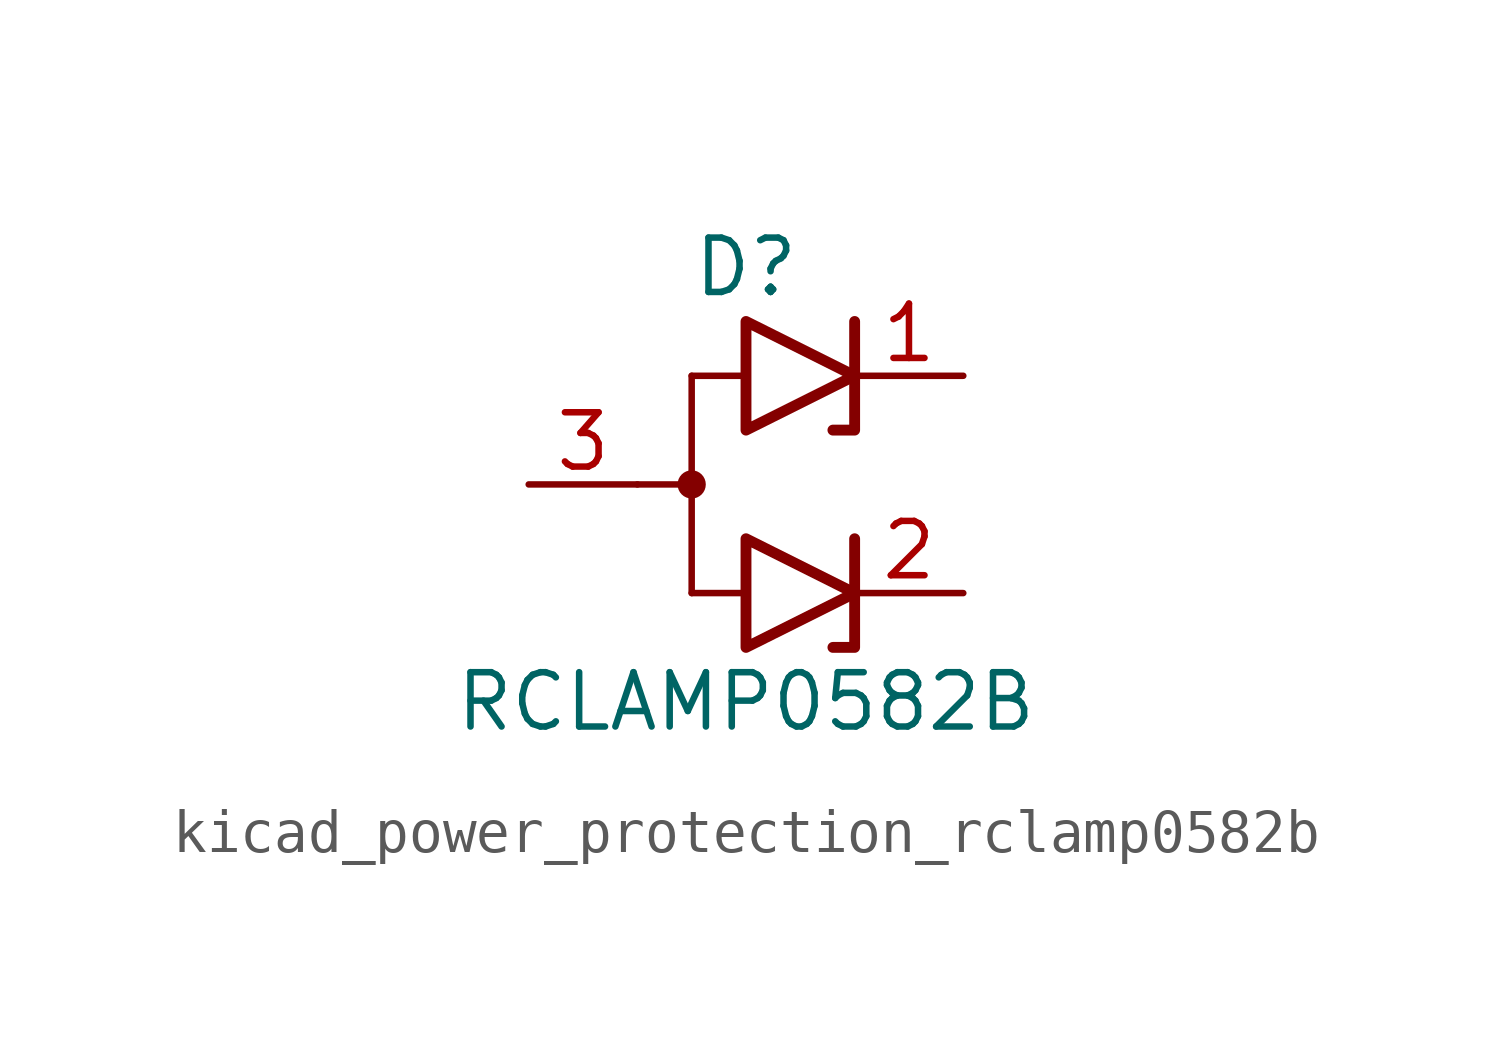
<source format=kicad_sym>
(kicad_symbol_lib
  (version 20220914)
  (generator kicad_symbol_editor)
  (symbol "kicad_power_protection_rclamp0582b"
    (pin_names hide)
    (property "Reference" "D"
      (at 0 5.08 0)
      (effects (font (size 1.27 1.27))))
    (property "Value" "RCLAMP0582B"
      (at 0 -5.08 0)
      (effects (font (size 1.27 1.27))))
    (symbol "kicad_power_protection_rclamp0582b_0_1"
      (polyline (pts (xy -2.54 0) (xy -1.27 0)) (stroke (width 0) (type default)) (fill (type none)))
      (polyline (pts (xy -1.27 2.54) (xy -1.27 -2.54)) (stroke (width 0) (type default)) (fill (type none)))
      (polyline (pts (xy 0 2.54) (xy -1.27 2.54)) (stroke (width 0.152) (type default)) (fill (type none)))
      (polyline (pts (xy 2.54 3.81) (xy 2.54 1.27) (xy 2.032 1.27)) (stroke (width 0.254) (type default)) (fill (type none)))
      (polyline (pts (xy 0 1.27) (xy 0 3.81) (xy 2.54 2.54) (xy 0 1.27)) (stroke (width 0.254) (type default)) (fill (type none)))
      (pin passive line (at -5.08 0 0) (length 2.54) (name "A" (effects (font (size 1.27 1.27)))) (number "3" (effects (font (size 1.27 1.27))))))
    (symbol "kicad_power_protection_rclamp0582b_1_1"
      (circle (center -1.27 0) (radius 0.254) (stroke (width 0) (type default)) (fill (type outline)))
      (polyline (pts (xy 0 -2.54) (xy -1.27 -2.54)) (stroke (width 0.152) (type default)) (fill (type none)))
      (polyline (pts (xy 2.54 -1.27) (xy 2.54 -3.81) (xy 2.032 -3.81)) (stroke (width 0.254) (type default)) (fill (type none)))
      (polyline (pts (xy 0 -3.81) (xy 0 -1.27) (xy 2.54 -2.54) (xy 0 -3.81)) (stroke (width 0.254) (type default)) (fill (type none)))
      (pin passive line (at 5.08 2.54 180) (length 2.54) (name "K1" (effects (font (size 1.27 1.27)))) (number "1" (effects (font (size 1.27 1.27)))))
      (pin passive line (at 5.08 -2.54 180) (length 2.54) (name "K2" (effects (font (size 1.27 1.27)))) (number "2" (effects (font (size 1.27 1.27))))))))
</source>
